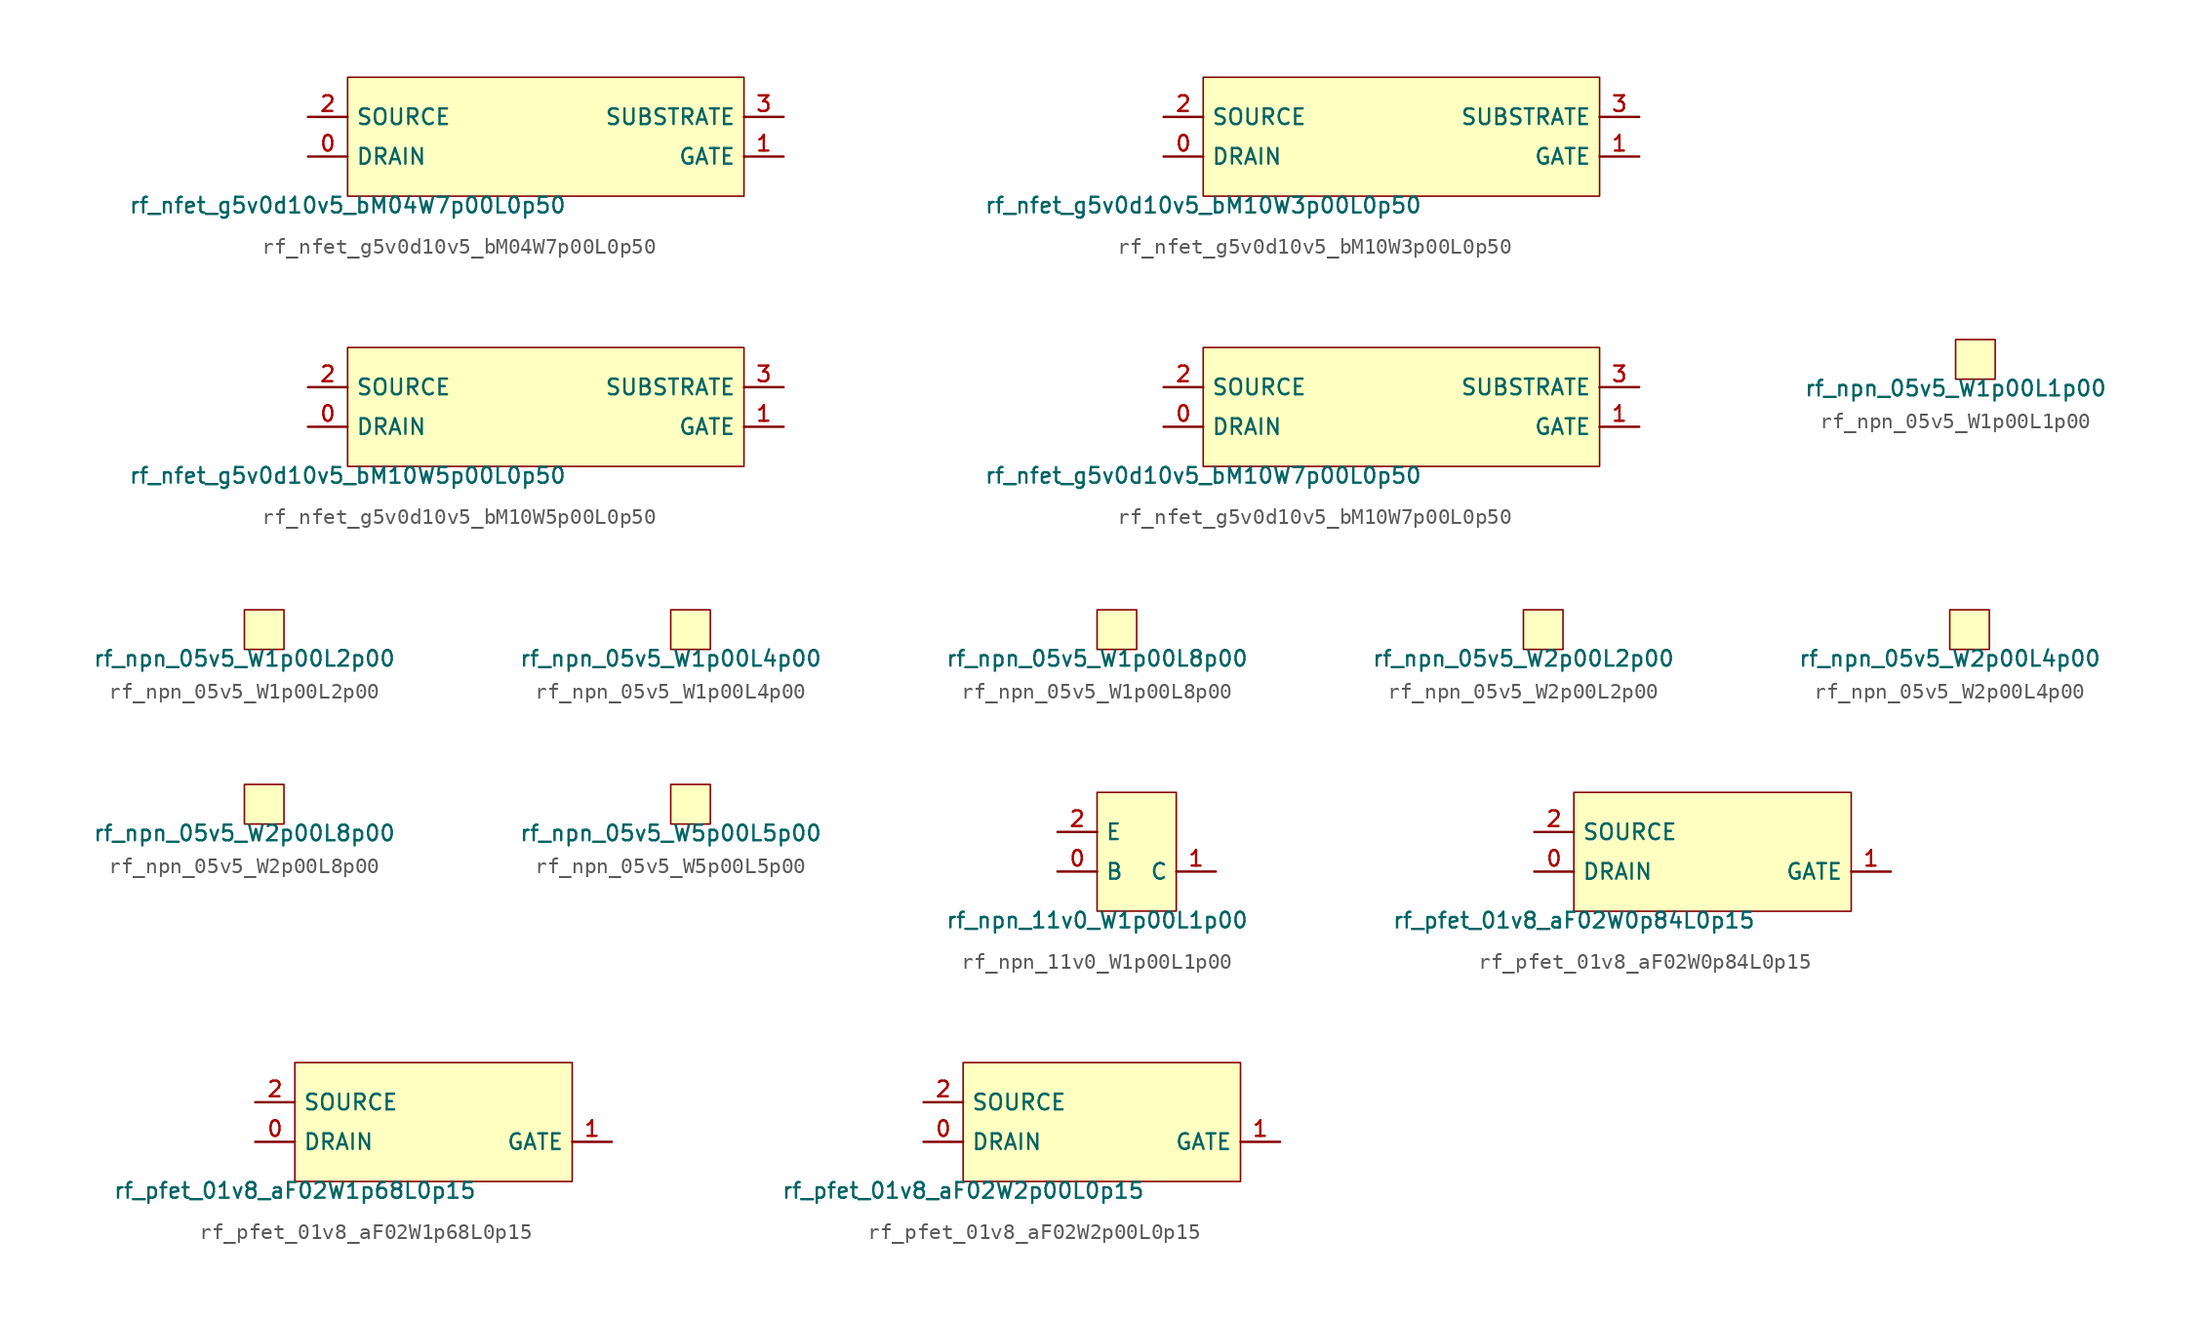
<source format=kicad_sym>
(kicad_symbol_lib
  (version 20211014)
  (generator pdk2kicad)
  (symbol "rf_nfet_g5v0d10v5_bM04W7p00L0p50"
    (property "Reference" "X"
      (at 0 0 0)
      (effects (font (size 1 1)) hide))
    (property "Value" "rf_nfet_g5v0d10v5_bM04W7p00L0p50"
      (at -12.7 -3.81 0)
      (effects (font (size 1 1)) (justify top)))
    (rectangle
      (start -12.7 -3.81)
      (end 12.7 3.81)
      (stroke (width 0.1) (type solid) (color 0 0 0 0))
      (fill (type background)))
    (pin bidirectional line
      (at -15.24 -1.27 0)
      (length 2.54)
      (name "DRAIN" (effects (font (size 1 1)) hide))
      (number "0" (effects (font (size 1 1)) hide)))
    (pin bidirectional line
      (at 15.24 -1.27 180)
      (length 2.54)
      (name "GATE" (effects (font (size 1 1)) hide))
      (number "1" (effects (font (size 1 1)) hide)))
    (pin bidirectional line
      (at -15.24 1.27 0)
      (length 2.54)
      (name "SOURCE" (effects (font (size 1 1)) hide))
      (number "2" (effects (font (size 1 1)) hide)))
    (pin bidirectional line
      (at 15.24 1.27 180)
      (length 2.54)
      (name "SUBSTRATE" (effects (font (size 1 1)) hide))
      (number "3" (effects (font (size 1 1)) hide))))
  (symbol "rf_nfet_g5v0d10v5_bM10W3p00L0p50"
    (property "Reference" "X"
      (at 0 0 0)
      (effects (font (size 1 1)) hide))
    (property "Value" "rf_nfet_g5v0d10v5_bM10W3p00L0p50"
      (at -12.7 -3.81 0)
      (effects (font (size 1 1)) (justify top)))
    (rectangle
      (start -12.7 -3.81)
      (end 12.7 3.81)
      (stroke (width 0.1) (type solid) (color 0 0 0 0))
      (fill (type background)))
    (pin bidirectional line
      (at -15.24 -1.27 0)
      (length 2.54)
      (name "DRAIN" (effects (font (size 1 1)) hide))
      (number "0" (effects (font (size 1 1)) hide)))
    (pin bidirectional line
      (at 15.24 -1.27 180)
      (length 2.54)
      (name "GATE" (effects (font (size 1 1)) hide))
      (number "1" (effects (font (size 1 1)) hide)))
    (pin bidirectional line
      (at -15.24 1.27 0)
      (length 2.54)
      (name "SOURCE" (effects (font (size 1 1)) hide))
      (number "2" (effects (font (size 1 1)) hide)))
    (pin bidirectional line
      (at 15.24 1.27 180)
      (length 2.54)
      (name "SUBSTRATE" (effects (font (size 1 1)) hide))
      (number "3" (effects (font (size 1 1)) hide))))
  (symbol "rf_nfet_g5v0d10v5_bM10W5p00L0p50"
    (property "Reference" "X"
      (at 0 0 0)
      (effects (font (size 1 1)) hide))
    (property "Value" "rf_nfet_g5v0d10v5_bM10W5p00L0p50"
      (at -12.7 -3.81 0)
      (effects (font (size 1 1)) (justify top)))
    (rectangle
      (start -12.7 -3.81)
      (end 12.7 3.81)
      (stroke (width 0.1) (type solid) (color 0 0 0 0))
      (fill (type background)))
    (pin bidirectional line
      (at -15.24 -1.27 0)
      (length 2.54)
      (name "DRAIN" (effects (font (size 1 1)) hide))
      (number "0" (effects (font (size 1 1)) hide)))
    (pin bidirectional line
      (at 15.24 -1.27 180)
      (length 2.54)
      (name "GATE" (effects (font (size 1 1)) hide))
      (number "1" (effects (font (size 1 1)) hide)))
    (pin bidirectional line
      (at -15.24 1.27 0)
      (length 2.54)
      (name "SOURCE" (effects (font (size 1 1)) hide))
      (number "2" (effects (font (size 1 1)) hide)))
    (pin bidirectional line
      (at 15.24 1.27 180)
      (length 2.54)
      (name "SUBSTRATE" (effects (font (size 1 1)) hide))
      (number "3" (effects (font (size 1 1)) hide))))
  (symbol "rf_nfet_g5v0d10v5_bM10W7p00L0p50"
    (property "Reference" "X"
      (at 0 0 0)
      (effects (font (size 1 1)) hide))
    (property "Value" "rf_nfet_g5v0d10v5_bM10W7p00L0p50"
      (at -12.7 -3.81 0)
      (effects (font (size 1 1)) (justify top)))
    (rectangle
      (start -12.7 -3.81)
      (end 12.7 3.81)
      (stroke (width 0.1) (type solid) (color 0 0 0 0))
      (fill (type background)))
    (pin bidirectional line
      (at -15.24 -1.27 0)
      (length 2.54)
      (name "DRAIN" (effects (font (size 1 1)) hide))
      (number "0" (effects (font (size 1 1)) hide)))
    (pin bidirectional line
      (at 15.24 -1.27 180)
      (length 2.54)
      (name "GATE" (effects (font (size 1 1)) hide))
      (number "1" (effects (font (size 1 1)) hide)))
    (pin bidirectional line
      (at -15.24 1.27 0)
      (length 2.54)
      (name "SOURCE" (effects (font (size 1 1)) hide))
      (number "2" (effects (font (size 1 1)) hide)))
    (pin bidirectional line
      (at 15.24 1.27 180)
      (length 2.54)
      (name "SUBSTRATE" (effects (font (size 1 1)) hide))
      (number "3" (effects (font (size 1 1)) hide))))
  (symbol "rf_npn_05v5_W1p00L1p00"
    (property "Reference" "X"
      (at 0 0 0)
      (effects (font (size 1 1)) hide))
    (property "Value" "rf_npn_05v5_W1p00L1p00"
      (at -1.27 -1.27 0)
      (effects (font (size 1 1)) (justify top)))
    (rectangle
      (start -1.27 -1.27)
      (end 1.27 1.27)
      (stroke (width 0.1) (type solid) (color 0 0 0 0))
      (fill (type background))))
  (symbol "rf_npn_05v5_W1p00L2p00"
    (property "Reference" "X"
      (at 0 0 0)
      (effects (font (size 1 1)) hide))
    (property "Value" "rf_npn_05v5_W1p00L2p00"
      (at -1.27 -1.27 0)
      (effects (font (size 1 1)) (justify top)))
    (rectangle
      (start -1.27 -1.27)
      (end 1.27 1.27)
      (stroke (width 0.1) (type solid) (color 0 0 0 0))
      (fill (type background))))
  (symbol "rf_npn_05v5_W1p00L4p00"
    (property "Reference" "X"
      (at 0 0 0)
      (effects (font (size 1 1)) hide))
    (property "Value" "rf_npn_05v5_W1p00L4p00"
      (at -1.27 -1.27 0)
      (effects (font (size 1 1)) (justify top)))
    (rectangle
      (start -1.27 -1.27)
      (end 1.27 1.27)
      (stroke (width 0.1) (type solid) (color 0 0 0 0))
      (fill (type background))))
  (symbol "rf_npn_05v5_W1p00L8p00"
    (property "Reference" "X"
      (at 0 0 0)
      (effects (font (size 1 1)) hide))
    (property "Value" "rf_npn_05v5_W1p00L8p00"
      (at -1.27 -1.27 0)
      (effects (font (size 1 1)) (justify top)))
    (rectangle
      (start -1.27 -1.27)
      (end 1.27 1.27)
      (stroke (width 0.1) (type solid) (color 0 0 0 0))
      (fill (type background))))
  (symbol "rf_npn_05v5_W2p00L2p00"
    (property "Reference" "X"
      (at 0 0 0)
      (effects (font (size 1 1)) hide))
    (property "Value" "rf_npn_05v5_W2p00L2p00"
      (at -1.27 -1.27 0)
      (effects (font (size 1 1)) (justify top)))
    (rectangle
      (start -1.27 -1.27)
      (end 1.27 1.27)
      (stroke (width 0.1) (type solid) (color 0 0 0 0))
      (fill (type background))))
  (symbol "rf_npn_05v5_W2p00L4p00"
    (property "Reference" "X"
      (at 0 0 0)
      (effects (font (size 1 1)) hide))
    (property "Value" "rf_npn_05v5_W2p00L4p00"
      (at -1.27 -1.27 0)
      (effects (font (size 1 1)) (justify top)))
    (rectangle
      (start -1.27 -1.27)
      (end 1.27 1.27)
      (stroke (width 0.1) (type solid) (color 0 0 0 0))
      (fill (type background))))
  (symbol "rf_npn_05v5_W2p00L8p00"
    (property "Reference" "X"
      (at 0 0 0)
      (effects (font (size 1 1)) hide))
    (property "Value" "rf_npn_05v5_W2p00L8p00"
      (at -1.27 -1.27 0)
      (effects (font (size 1 1)) (justify top)))
    (rectangle
      (start -1.27 -1.27)
      (end 1.27 1.27)
      (stroke (width 0.1) (type solid) (color 0 0 0 0))
      (fill (type background))))
  (symbol "rf_npn_05v5_W5p00L5p00"
    (property "Reference" "X"
      (at 0 0 0)
      (effects (font (size 1 1)) hide))
    (property "Value" "rf_npn_05v5_W5p00L5p00"
      (at -1.27 -1.27 0)
      (effects (font (size 1 1)) (justify top)))
    (rectangle
      (start -1.27 -1.27)
      (end 1.27 1.27)
      (stroke (width 0.1) (type solid) (color 0 0 0 0))
      (fill (type background))))
  (symbol "rf_npn_11v0_W1p00L1p00"
    (property "Reference" "X"
      (at 0 0 0)
      (effects (font (size 1 1)) hide))
    (property "Value" "rf_npn_11v0_W1p00L1p00"
      (at -2.54 -3.81 0)
      (effects (font (size 1 1)) (justify top)))
    (rectangle
      (start -2.54 -3.81)
      (end 2.54 3.81)
      (stroke (width 0.1) (type solid) (color 0 0 0 0))
      (fill (type background)))
    (pin bidirectional line
      (at -5.08 -1.27 0)
      (length 2.54)
      (name "B" (effects (font (size 1 1)) hide))
      (number "0" (effects (font (size 1 1)) hide)))
    (pin bidirectional line
      (at 5.08 -1.27 180)
      (length 2.54)
      (name "C" (effects (font (size 1 1)) hide))
      (number "1" (effects (font (size 1 1)) hide)))
    (pin bidirectional line
      (at -5.08 1.27 0)
      (length 2.54)
      (name "E" (effects (font (size 1 1)) hide))
      (number "2" (effects (font (size 1 1)) hide))))
  (symbol "rf_pfet_01v8_aF02W0p84L0p15"
    (property "Reference" "X"
      (at 0 0 0)
      (effects (font (size 1 1)) hide))
    (property "Value" "rf_pfet_01v8_aF02W0p84L0p15"
      (at -8.89 -3.81 0)
      (effects (font (size 1 1)) (justify top)))
    (rectangle
      (start -8.89 -3.81)
      (end 8.89 3.81)
      (stroke (width 0.1) (type solid) (color 0 0 0 0))
      (fill (type background)))
    (pin bidirectional line
      (at -11.43 -1.27 0)
      (length 2.54)
      (name "DRAIN" (effects (font (size 1 1)) hide))
      (number "0" (effects (font (size 1 1)) hide)))
    (pin bidirectional line
      (at 11.43 -1.27 180)
      (length 2.54)
      (name "GATE" (effects (font (size 1 1)) hide))
      (number "1" (effects (font (size 1 1)) hide)))
    (pin bidirectional line
      (at -11.43 1.27 0)
      (length 2.54)
      (name "SOURCE" (effects (font (size 1 1)) hide))
      (number "2" (effects (font (size 1 1)) hide))))
  (symbol "rf_pfet_01v8_aF02W1p68L0p15"
    (property "Reference" "X"
      (at 0 0 0)
      (effects (font (size 1 1)) hide))
    (property "Value" "rf_pfet_01v8_aF02W1p68L0p15"
      (at -8.89 -3.81 0)
      (effects (font (size 1 1)) (justify top)))
    (rectangle
      (start -8.89 -3.81)
      (end 8.89 3.81)
      (stroke (width 0.1) (type solid) (color 0 0 0 0))
      (fill (type background)))
    (pin bidirectional line
      (at -11.43 -1.27 0)
      (length 2.54)
      (name "DRAIN" (effects (font (size 1 1)) hide))
      (number "0" (effects (font (size 1 1)) hide)))
    (pin bidirectional line
      (at 11.43 -1.27 180)
      (length 2.54)
      (name "GATE" (effects (font (size 1 1)) hide))
      (number "1" (effects (font (size 1 1)) hide)))
    (pin bidirectional line
      (at -11.43 1.27 0)
      (length 2.54)
      (name "SOURCE" (effects (font (size 1 1)) hide))
      (number "2" (effects (font (size 1 1)) hide))))
  (symbol "rf_pfet_01v8_aF02W2p00L0p15"
    (property "Reference" "X"
      (at 0 0 0)
      (effects (font (size 1 1)) hide))
    (property "Value" "rf_pfet_01v8_aF02W2p00L0p15"
      (at -8.89 -3.81 0)
      (effects (font (size 1 1)) (justify top)))
    (rectangle
      (start -8.89 -3.81)
      (end 8.89 3.81)
      (stroke (width 0.1) (type solid) (color 0 0 0 0))
      (fill (type background)))
    (pin bidirectional line
      (at -11.43 -1.27 0)
      (length 2.54)
      (name "DRAIN" (effects (font (size 1 1)) hide))
      (number "0" (effects (font (size 1 1)) hide)))
    (pin bidirectional line
      (at 11.43 -1.27 180)
      (length 2.54)
      (name "GATE" (effects (font (size 1 1)) hide))
      (number "1" (effects (font (size 1 1)) hide)))
    (pin bidirectional line
      (at -11.43 1.27 0)
      (length 2.54)
      (name "SOURCE" (effects (font (size 1 1)) hide))
      (number "2" (effects (font (size 1 1)) hide)))))
</source>
